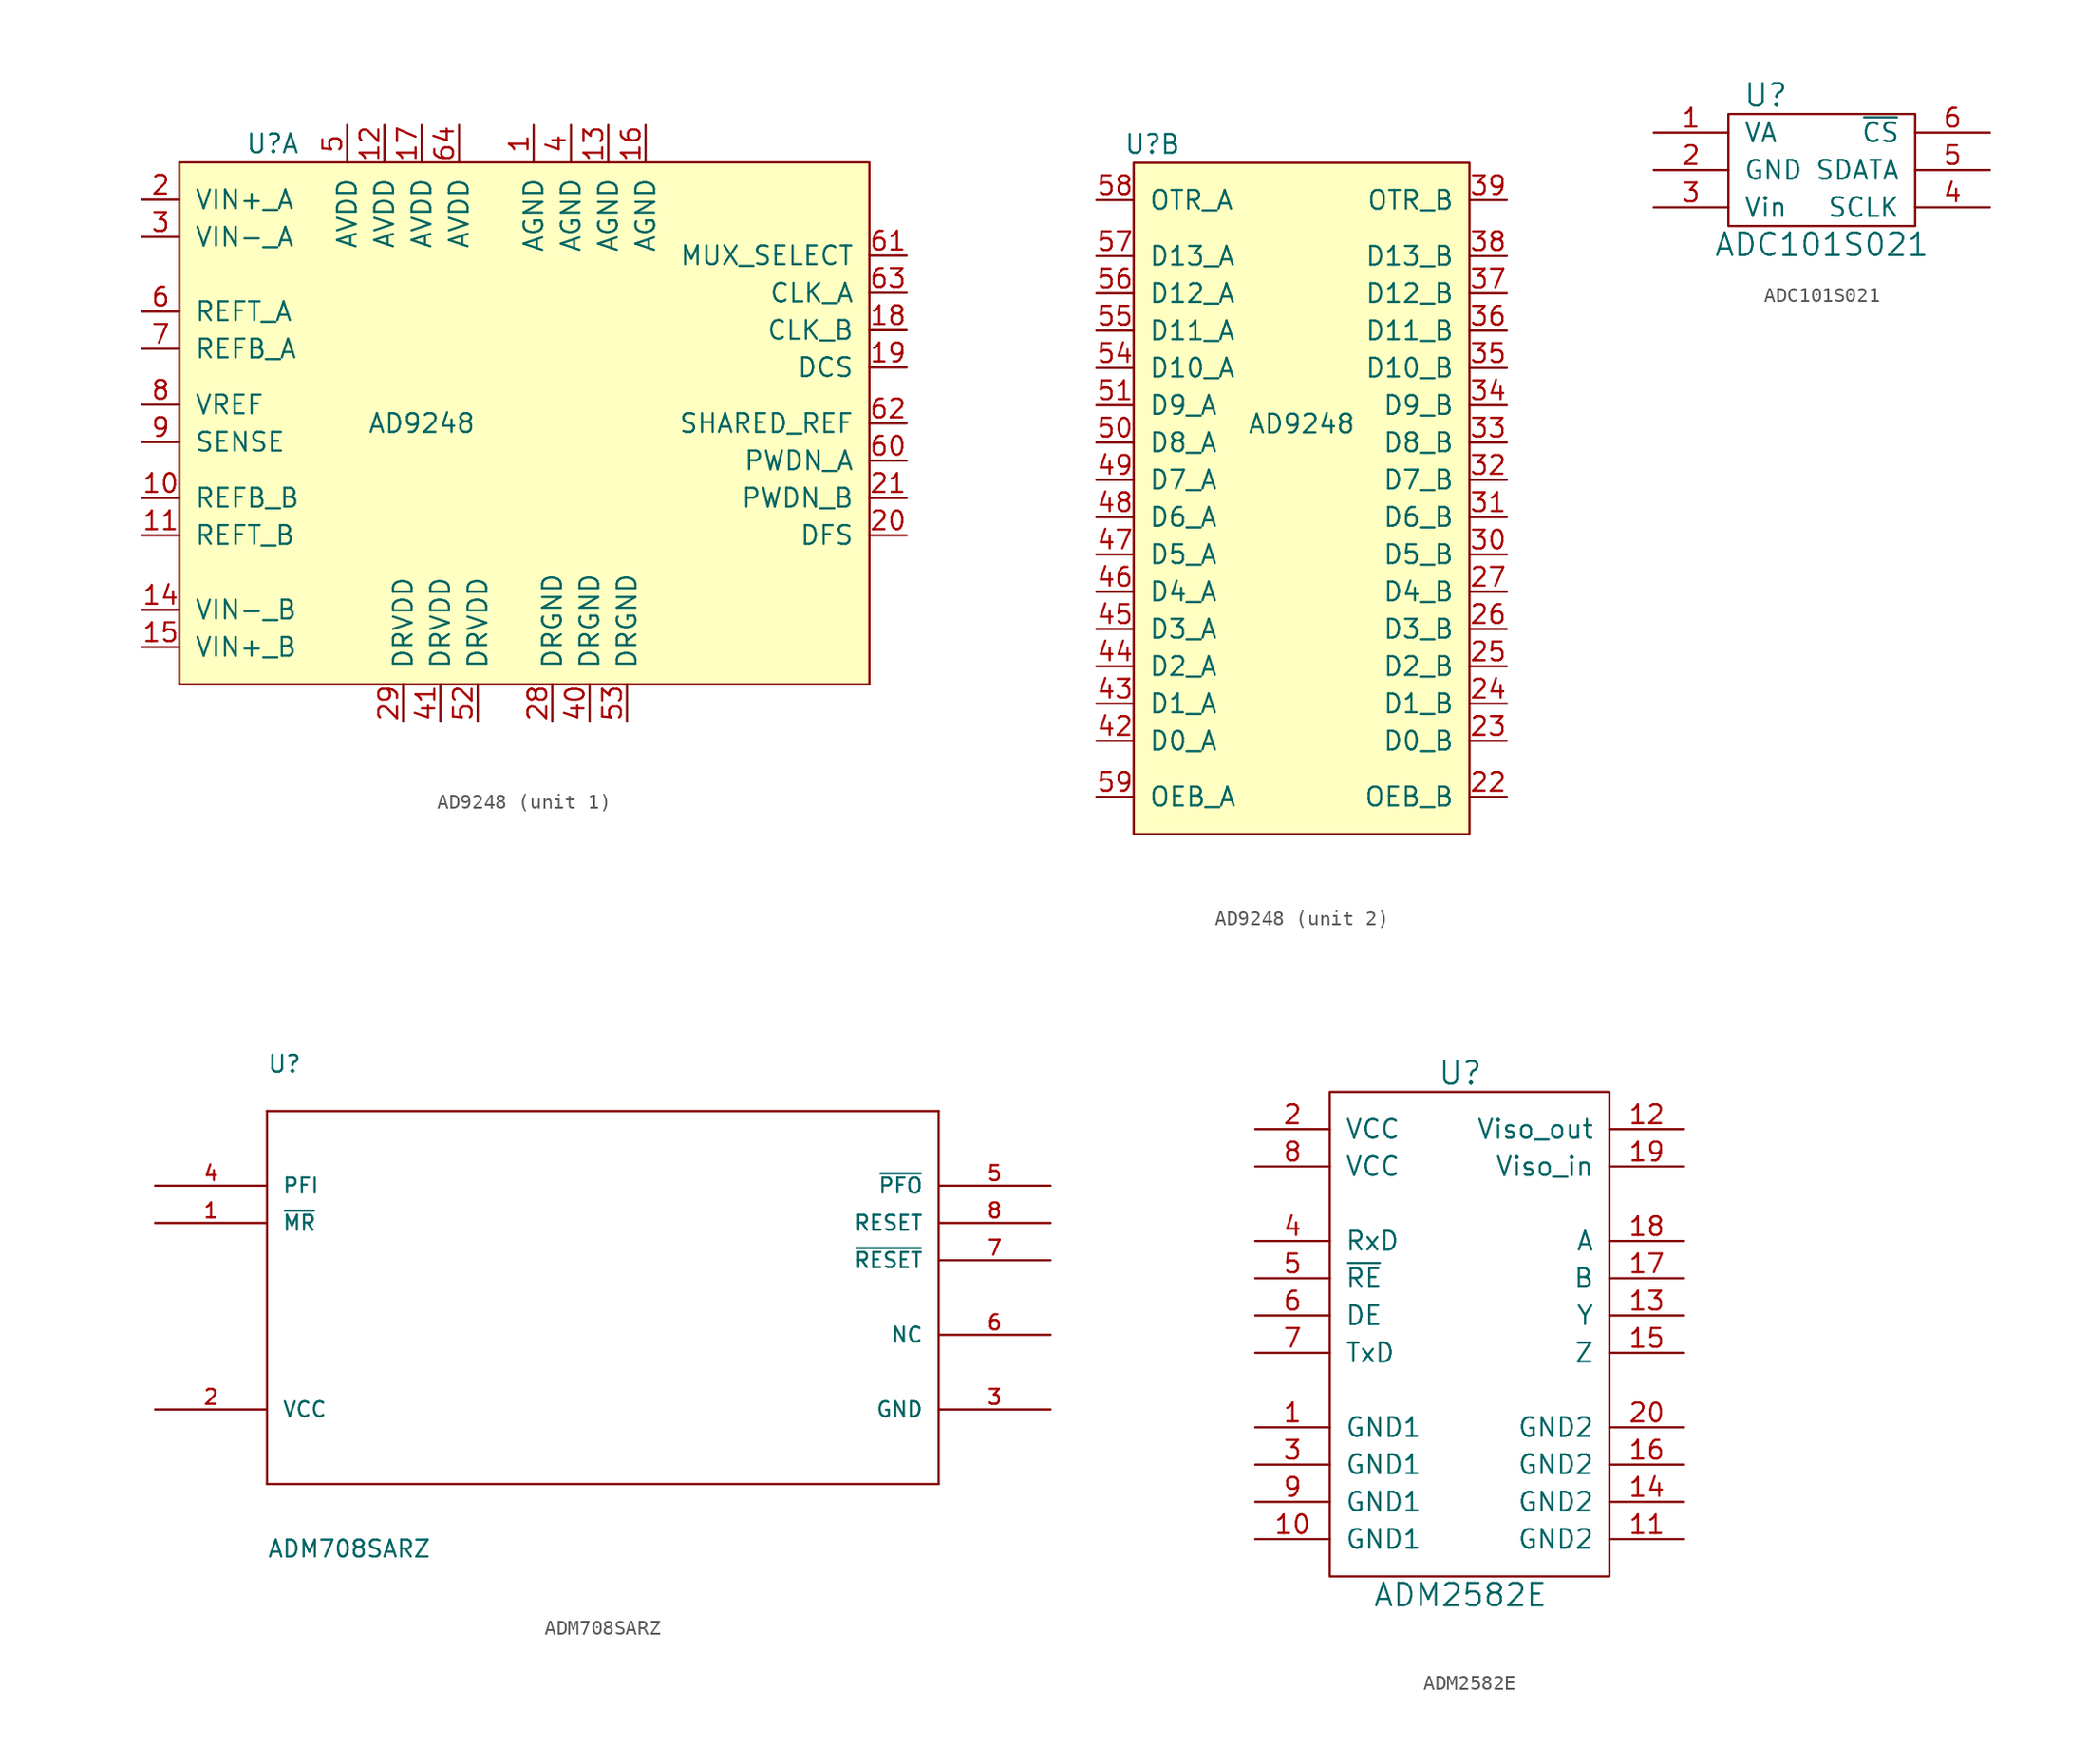
<source format=kicad_sym>
(kicad_symbol_lib
  (version 20211014)
  (generator kicad_symbol_editor)
  (symbol "AD9248"
    (pin_names
      (offset 1.016))
    (property "Reference" "U"
      (at 8.89 1.27 0)
      (effects (font (size 1.27 1.27))))
    (property "Value" "AD9248"
      (at 19.05 -17.78 0)
      (effects (font (size 1.27 1.27))))
    (property "ki_locked" ""
      (at 0 0 0)
      (effects (font (size 1.27 1.27))))
    (symbol "AD9248_1_1"
      (rectangle (start 2.54 -35.56) (end 49.53 0) (stroke (width 0) (type default) (color 0 0 0 0)) (fill (type background)))
      (pin power_out line (at 26.67 2.54 270) (length 2.54) (name "AGND" (effects (font (size 1.27 1.27)))) (number "1" (effects (font (size 1.27 1.27)))))
      (pin unspecified line (at 0 -22.86 0) (length 2.54) (name "REFB_B" (effects (font (size 1.27 1.27)))) (number "10" (effects (font (size 1.27 1.27)))))
      (pin unspecified line (at 0 -25.4 0) (length 2.54) (name "REFT_B" (effects (font (size 1.27 1.27)))) (number "11" (effects (font (size 1.27 1.27)))))
      (pin power_in line (at 16.51 2.54 270) (length 2.54) (name "AVDD" (effects (font (size 1.27 1.27)))) (number "12" (effects (font (size 1.27 1.27)))))
      (pin power_out line (at 31.75 2.54 270) (length 2.54) (name "AGND" (effects (font (size 1.27 1.27)))) (number "13" (effects (font (size 1.27 1.27)))))
      (pin unspecified line (at 0 -30.48 0) (length 2.54) (name "VIN-_B" (effects (font (size 1.27 1.27)))) (number "14" (effects (font (size 1.27 1.27)))))
      (pin unspecified line (at 0 -33.02 0) (length 2.54) (name "VIN+_B" (effects (font (size 1.27 1.27)))) (number "15" (effects (font (size 1.27 1.27)))))
      (pin power_out line (at 34.29 2.54 270) (length 2.54) (name "AGND" (effects (font (size 1.27 1.27)))) (number "16" (effects (font (size 1.27 1.27)))))
      (pin power_in line (at 19.05 2.54 270) (length 2.54) (name "AVDD" (effects (font (size 1.27 1.27)))) (number "17" (effects (font (size 1.27 1.27)))))
      (pin input line (at 52.07 -11.43 180) (length 2.54) (name "CLK_B" (effects (font (size 1.27 1.27)))) (number "18" (effects (font (size 1.27 1.27)))))
      (pin input line (at 52.07 -13.97 180) (length 2.54) (name "DCS" (effects (font (size 1.27 1.27)))) (number "19" (effects (font (size 1.27 1.27)))))
      (pin input line (at 0 -2.54 0) (length 2.54) (name "VIN+_A" (effects (font (size 1.27 1.27)))) (number "2" (effects (font (size 1.27 1.27)))))
      (pin input line (at 52.07 -25.4 180) (length 2.54) (name "DFS" (effects (font (size 1.27 1.27)))) (number "20" (effects (font (size 1.27 1.27)))))
      (pin input line (at 52.07 -22.86 180) (length 2.54) (name "PWDN_B" (effects (font (size 1.27 1.27)))) (number "21" (effects (font (size 1.27 1.27)))))
      (pin power_out line (at 27.94 -38.1 90) (length 2.54) (name "DRGND" (effects (font (size 1.27 1.27)))) (number "28" (effects (font (size 1.27 1.27)))))
      (pin power_in line (at 17.78 -38.1 90) (length 2.54) (name "DRVDD" (effects (font (size 1.27 1.27)))) (number "29" (effects (font (size 1.27 1.27)))))
      (pin input line (at 0 -5.08 0) (length 2.54) (name "VIN-_A" (effects (font (size 1.27 1.27)))) (number "3" (effects (font (size 1.27 1.27)))))
      (pin power_out line (at 29.21 2.54 270) (length 2.54) (name "AGND" (effects (font (size 1.27 1.27)))) (number "4" (effects (font (size 1.27 1.27)))))
      (pin power_out line (at 30.48 -38.1 90) (length 2.54) (name "DRGND" (effects (font (size 1.27 1.27)))) (number "40" (effects (font (size 1.27 1.27)))))
      (pin power_in line (at 20.32 -38.1 90) (length 2.54) (name "DRVDD" (effects (font (size 1.27 1.27)))) (number "41" (effects (font (size 1.27 1.27)))))
      (pin power_in line (at 13.97 2.54 270) (length 2.54) (name "AVDD" (effects (font (size 1.27 1.27)))) (number "5" (effects (font (size 1.27 1.27)))))
      (pin power_in line (at 22.86 -38.1 90) (length 2.54) (name "DRVDD" (effects (font (size 1.27 1.27)))) (number "52" (effects (font (size 1.27 1.27)))))
      (pin power_out line (at 33.02 -38.1 90) (length 2.54) (name "DRGND" (effects (font (size 1.27 1.27)))) (number "53" (effects (font (size 1.27 1.27)))))
      (pin unspecified line (at 0 -10.16 0) (length 2.54) (name "REFT_A" (effects (font (size 1.27 1.27)))) (number "6" (effects (font (size 1.27 1.27)))))
      (pin input line (at 52.07 -20.32 180) (length 2.54) (name "PWDN_A" (effects (font (size 1.27 1.27)))) (number "60" (effects (font (size 1.27 1.27)))))
      (pin input line (at 52.07 -6.35 180) (length 2.54) (name "MUX_SELECT" (effects (font (size 1.27 1.27)))) (number "61" (effects (font (size 1.27 1.27)))))
      (pin input line (at 52.07 -17.78 180) (length 2.54) (name "SHARED_REF" (effects (font (size 1.27 1.27)))) (number "62" (effects (font (size 1.27 1.27)))))
      (pin input line (at 52.07 -8.89 180) (length 2.54) (name "CLK_A" (effects (font (size 1.27 1.27)))) (number "63" (effects (font (size 1.27 1.27)))))
      (pin power_in line (at 21.59 2.54 270) (length 2.54) (name "AVDD" (effects (font (size 1.27 1.27)))) (number "64" (effects (font (size 1.27 1.27)))))
      (pin unspecified line (at 0 -12.7 0) (length 2.54) (name "REFB_A" (effects (font (size 1.27 1.27)))) (number "7" (effects (font (size 1.27 1.27)))))
      (pin unspecified line (at 0 -16.51 0) (length 2.54) (name "VREF" (effects (font (size 1.27 1.27)))) (number "8" (effects (font (size 1.27 1.27)))))
      (pin unspecified line (at 0 -19.05 0) (length 2.54) (name "SENSE" (effects (font (size 1.27 1.27)))) (number "9" (effects (font (size 1.27 1.27))))))
    (symbol "AD9248_2_1"
      (rectangle (start 7.62 0) (end 30.48 -45.72) (stroke (width 0) (type default) (color 0 0 0 0)) (fill (type background)))
      (pin input line (at 33.02 -43.18 180) (length 2.54) (name "OEB_B" (effects (font (size 1.27 1.27)))) (number "22" (effects (font (size 1.27 1.27)))))
      (pin output line (at 33.02 -39.37 180) (length 2.54) (name "D0_B" (effects (font (size 1.27 1.27)))) (number "23" (effects (font (size 1.27 1.27)))))
      (pin output line (at 33.02 -36.83 180) (length 2.54) (name "D1_B" (effects (font (size 1.27 1.27)))) (number "24" (effects (font (size 1.27 1.27)))))
      (pin output line (at 33.02 -34.29 180) (length 2.54) (name "D2_B" (effects (font (size 1.27 1.27)))) (number "25" (effects (font (size 1.27 1.27)))))
      (pin output line (at 33.02 -31.75 180) (length 2.54) (name "D3_B" (effects (font (size 1.27 1.27)))) (number "26" (effects (font (size 1.27 1.27)))))
      (pin output line (at 33.02 -29.21 180) (length 2.54) (name "D4_B" (effects (font (size 1.27 1.27)))) (number "27" (effects (font (size 1.27 1.27)))))
      (pin output line (at 33.02 -26.67 180) (length 2.54) (name "D5_B" (effects (font (size 1.27 1.27)))) (number "30" (effects (font (size 1.27 1.27)))))
      (pin output line (at 33.02 -24.13 180) (length 2.54) (name "D6_B" (effects (font (size 1.27 1.27)))) (number "31" (effects (font (size 1.27 1.27)))))
      (pin output line (at 33.02 -21.59 180) (length 2.54) (name "D7_B" (effects (font (size 1.27 1.27)))) (number "32" (effects (font (size 1.27 1.27)))))
      (pin output line (at 33.02 -19.05 180) (length 2.54) (name "D8_B" (effects (font (size 1.27 1.27)))) (number "33" (effects (font (size 1.27 1.27)))))
      (pin output line (at 33.02 -16.51 180) (length 2.54) (name "D9_B" (effects (font (size 1.27 1.27)))) (number "34" (effects (font (size 1.27 1.27)))))
      (pin output line (at 33.02 -13.97 180) (length 2.54) (name "D10_B" (effects (font (size 1.27 1.27)))) (number "35" (effects (font (size 1.27 1.27)))))
      (pin output line (at 33.02 -11.43 180) (length 2.54) (name "D11_B" (effects (font (size 1.27 1.27)))) (number "36" (effects (font (size 1.27 1.27)))))
      (pin output line (at 33.02 -8.89 180) (length 2.54) (name "D12_B" (effects (font (size 1.27 1.27)))) (number "37" (effects (font (size 1.27 1.27)))))
      (pin output line (at 33.02 -6.35 180) (length 2.54) (name "D13_B" (effects (font (size 1.27 1.27)))) (number "38" (effects (font (size 1.27 1.27)))))
      (pin output line (at 33.02 -2.54 180) (length 2.54) (name "OTR_B" (effects (font (size 1.27 1.27)))) (number "39" (effects (font (size 1.27 1.27)))))
      (pin output line (at 5.08 -39.37 0) (length 2.54) (name "D0_A" (effects (font (size 1.27 1.27)))) (number "42" (effects (font (size 1.27 1.27)))))
      (pin output line (at 5.08 -36.83 0) (length 2.54) (name "D1_A" (effects (font (size 1.27 1.27)))) (number "43" (effects (font (size 1.27 1.27)))))
      (pin output line (at 5.08 -34.29 0) (length 2.54) (name "D2_A" (effects (font (size 1.27 1.27)))) (number "44" (effects (font (size 1.27 1.27)))))
      (pin output line (at 5.08 -31.75 0) (length 2.54) (name "D3_A" (effects (font (size 1.27 1.27)))) (number "45" (effects (font (size 1.27 1.27)))))
      (pin output line (at 5.08 -29.21 0) (length 2.54) (name "D4_A" (effects (font (size 1.27 1.27)))) (number "46" (effects (font (size 1.27 1.27)))))
      (pin output line (at 5.08 -26.67 0) (length 2.54) (name "D5_A" (effects (font (size 1.27 1.27)))) (number "47" (effects (font (size 1.27 1.27)))))
      (pin output line (at 5.08 -24.13 0) (length 2.54) (name "D6_A" (effects (font (size 1.27 1.27)))) (number "48" (effects (font (size 1.27 1.27)))))
      (pin output line (at 5.08 -21.59 0) (length 2.54) (name "D7_A" (effects (font (size 1.27 1.27)))) (number "49" (effects (font (size 1.27 1.27)))))
      (pin output line (at 5.08 -19.05 0) (length 2.54) (name "D8_A" (effects (font (size 1.27 1.27)))) (number "50" (effects (font (size 1.27 1.27)))))
      (pin output line (at 5.08 -16.51 0) (length 2.54) (name "D9_A" (effects (font (size 1.27 1.27)))) (number "51" (effects (font (size 1.27 1.27)))))
      (pin output line (at 5.08 -13.97 0) (length 2.54) (name "D10_A" (effects (font (size 1.27 1.27)))) (number "54" (effects (font (size 1.27 1.27)))))
      (pin output line (at 5.08 -11.43 0) (length 2.54) (name "D11_A" (effects (font (size 1.27 1.27)))) (number "55" (effects (font (size 1.27 1.27)))))
      (pin output line (at 5.08 -8.89 0) (length 2.54) (name "D12_A" (effects (font (size 1.27 1.27)))) (number "56" (effects (font (size 1.27 1.27)))))
      (pin output line (at 5.08 -6.35 0) (length 2.54) (name "D13_A" (effects (font (size 1.27 1.27)))) (number "57" (effects (font (size 1.27 1.27)))))
      (pin output line (at 5.08 -2.54 0) (length 2.54) (name "OTR_A" (effects (font (size 1.27 1.27)))) (number "58" (effects (font (size 1.27 1.27)))))
      (pin output line (at 5.08 -43.18 0) (length 2.54) (name "OEB_A" (effects (font (size 1.27 1.27)))) (number "59" (effects (font (size 1.27 1.27)))))))
  (symbol "ADC101S021"
    (pin_names
      (offset 1.016))
    (property "Reference" "U"
      (at 7.62 2.54 0)
      (effects (font (size 1.524 1.524))))
    (property "Value" "ADC101S021"
      (at 11.43 -7.62 0)
      (effects (font (size 1.524 1.524))))
    (symbol "ADC101S021_0_1"
      (rectangle (start 5.08 1.27) (end 17.78 -6.35) (stroke (width 0) (type default) (color 0 0 0 0)) (fill (type none))))
    (symbol "ADC101S021_1_1"
      (pin power_in line (at 0 0 0) (length 5.08) (name "VA" (effects (font (size 1.27 1.27)))) (number "1" (effects (font (size 1.27 1.27)))))
      (pin unspecified line (at 0 -2.54 0) (length 5.08) (name "GND" (effects (font (size 1.27 1.27)))) (number "2" (effects (font (size 1.27 1.27)))))
      (pin input line (at 0 -5.08 0) (length 5.08) (name "Vin" (effects (font (size 1.27 1.27)))) (number "3" (effects (font (size 1.27 1.27)))))
      (pin input line (at 22.86 -5.08 180) (length 5.08) (name "SCLK" (effects (font (size 1.27 1.27)))) (number "4" (effects (font (size 1.27 1.27)))))
      (pin output line (at 22.86 -2.54 180) (length 5.08) (name "SDATA" (effects (font (size 1.27 1.27)))) (number "5" (effects (font (size 1.27 1.27)))))
      (pin input line (at 22.86 0 180) (length 5.08) (name "~{CS}" (effects (font (size 1.27 1.27)))) (number "6" (effects (font (size 1.27 1.27)))))))
  (symbol "ADM708SARZ"
    (pin_names
      (offset 1.016))
    (property "Reference" "U"
      (at 7.62 7.62 0)
      (effects (font (size 1.143 1.143)) (justify left bottom)))
    (property "Value" "ADM708SARZ"
      (at 7.62 -25.4 0)
      (effects (font (size 1.143 1.143)) (justify left bottom)))
    (property "ki_locked" ""
      (at 0 0 0)
      (effects (font (size 1.27 1.27))))
    (symbol "ADM708SARZ_1_0"
      (polyline (pts (xy 7.62 -20.32) (xy 53.34 -20.32)) (stroke (width 0) (type default) (color 0 0 0 0)) (fill (type none)))
      (polyline (pts (xy 7.62 5.08) (xy 7.62 -20.32)) (stroke (width 0) (type default) (color 0 0 0 0)) (fill (type none)))
      (polyline (pts (xy 53.34 -20.32) (xy 53.34 5.08)) (stroke (width 0) (type default) (color 0 0 0 0)) (fill (type none)))
      (polyline (pts (xy 53.34 5.08) (xy 7.62 5.08)) (stroke (width 0) (type default) (color 0 0 0 0)) (fill (type none))))
    (symbol "ADM708SARZ_1_1"
      (pin passive line (at 0 -2.54 0) (length 7.62) (name "~{MR}" (effects (font (size 1.016 1.016)))) (number "1" (effects (font (size 1.016 1.016)))))
      (pin power_in line (at 0 -15.24 0) (length 7.62) (name "VCC" (effects (font (size 1.016 1.016)))) (number "2" (effects (font (size 1.016 1.016)))))
      (pin passive line (at 60.96 -15.24 180) (length 7.62) (name "GND" (effects (font (size 1.016 1.016)))) (number "3" (effects (font (size 1.016 1.016)))))
      (pin passive line (at 0 0 0) (length 7.62) (name "PFI" (effects (font (size 1.016 1.016)))) (number "4" (effects (font (size 1.016 1.016)))))
      (pin passive line (at 60.96 0 180) (length 7.62) (name "~{PFO}" (effects (font (size 1.016 1.016)))) (number "5" (effects (font (size 1.016 1.016)))))
      (pin passive line (at 60.96 -10.16 180) (length 7.62) (name "NC" (effects (font (size 1.016 1.016)))) (number "6" (effects (font (size 1.016 1.016)))))
      (pin passive line (at 60.96 -5.08 180) (length 7.62) (name "~{RESET}" (effects (font (size 1.016 1.016)))) (number "7" (effects (font (size 1.016 1.016)))))
      (pin passive line (at 60.96 -2.54 180) (length 7.62) (name "RESET" (effects (font (size 1.016 1.016)))) (number "8" (effects (font (size 1.016 1.016)))))))
  (symbol "ADM2582E"
    (pin_names
      (offset 1.016))
    (property "Reference" "U"
      (at -3.81 27.94 0)
      (effects (font (size 1.524 1.524))))
    (property "Value" "ADM2582E"
      (at -3.81 -7.62 0)
      (effects (font (size 1.524 1.524))))
    (property "Footprint" ""
      (at 0 0 0)
      (effects (font (size 1.524 1.524))))
    (property "Datasheet" ""
      (at 0 0 0)
      (effects (font (size 1.524 1.524))))
    (symbol "ADM2582E_0_1"
      (rectangle (start -12.7 26.67) (end 6.35 -6.35) (stroke (width 0) (type default) (color 0 0 0 0)) (fill (type none))))
    (symbol "ADM2582E_1_1"
      (pin power_in line (at -17.78 3.81 0) (length 5.08) (name "GND1" (effects (font (size 1.27 1.27)))) (number "1" (effects (font (size 1.27 1.27)))))
      (pin power_in line (at -17.78 -3.81 0) (length 5.08) (name "GND1" (effects (font (size 1.27 1.27)))) (number "10" (effects (font (size 1.27 1.27)))))
      (pin power_out line (at 11.43 -3.81 180) (length 5.08) (name "GND2" (effects (font (size 1.27 1.27)))) (number "11" (effects (font (size 1.27 1.27)))))
      (pin power_out line (at 11.43 24.13 180) (length 5.08) (name "Viso_out" (effects (font (size 1.27 1.27)))) (number "12" (effects (font (size 1.27 1.27)))))
      (pin input line (at 11.43 11.43 180) (length 5.08) (name "Y" (effects (font (size 1.27 1.27)))) (number "13" (effects (font (size 1.27 1.27)))))
      (pin power_out line (at 11.43 -1.27 180) (length 5.08) (name "GND2" (effects (font (size 1.27 1.27)))) (number "14" (effects (font (size 1.27 1.27)))))
      (pin input line (at 11.43 8.89 180) (length 5.08) (name "Z" (effects (font (size 1.27 1.27)))) (number "15" (effects (font (size 1.27 1.27)))))
      (pin power_out line (at 11.43 1.27 180) (length 5.08) (name "GND2" (effects (font (size 1.27 1.27)))) (number "16" (effects (font (size 1.27 1.27)))))
      (pin output line (at 11.43 13.97 180) (length 5.08) (name "B" (effects (font (size 1.27 1.27)))) (number "17" (effects (font (size 1.27 1.27)))))
      (pin output line (at 11.43 16.51 180) (length 5.08) (name "A" (effects (font (size 1.27 1.27)))) (number "18" (effects (font (size 1.27 1.27)))))
      (pin power_in line (at 11.43 21.59 180) (length 5.08) (name "Viso_in" (effects (font (size 1.27 1.27)))) (number "19" (effects (font (size 1.27 1.27)))))
      (pin power_in line (at -17.78 24.13 0) (length 5.08) (name "VCC" (effects (font (size 1.27 1.27)))) (number "2" (effects (font (size 1.27 1.27)))))
      (pin power_out line (at 11.43 3.81 180) (length 5.08) (name "GND2" (effects (font (size 1.27 1.27)))) (number "20" (effects (font (size 1.27 1.27)))))
      (pin power_in line (at -17.78 1.27 0) (length 5.08) (name "GND1" (effects (font (size 1.27 1.27)))) (number "3" (effects (font (size 1.27 1.27)))))
      (pin output line (at -17.78 16.51 0) (length 5.08) (name "RxD" (effects (font (size 1.27 1.27)))) (number "4" (effects (font (size 1.27 1.27)))))
      (pin input line (at -17.78 13.97 0) (length 5.08) (name "~{RE}" (effects (font (size 1.27 1.27)))) (number "5" (effects (font (size 1.27 1.27)))))
      (pin input line (at -17.78 11.43 0) (length 5.08) (name "DE" (effects (font (size 1.27 1.27)))) (number "6" (effects (font (size 1.27 1.27)))))
      (pin input line (at -17.78 8.89 0) (length 5.08) (name "TxD" (effects (font (size 1.27 1.27)))) (number "7" (effects (font (size 1.27 1.27)))))
      (pin power_in line (at -17.78 21.59 0) (length 5.08) (name "VCC" (effects (font (size 1.27 1.27)))) (number "8" (effects (font (size 1.27 1.27)))))
      (pin power_in line (at -17.78 -1.27 0) (length 5.08) (name "GND1" (effects (font (size 1.27 1.27)))) (number "9" (effects (font (size 1.27 1.27))))))))
</source>
